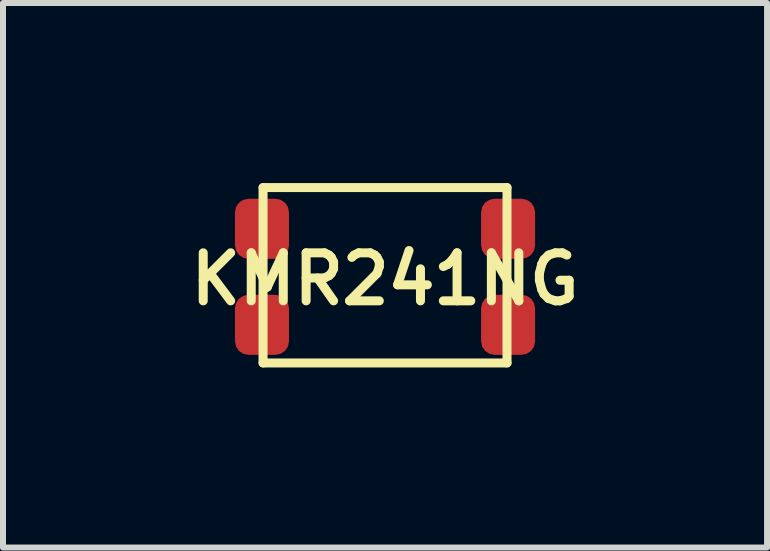
<source format=kicad_pcb>
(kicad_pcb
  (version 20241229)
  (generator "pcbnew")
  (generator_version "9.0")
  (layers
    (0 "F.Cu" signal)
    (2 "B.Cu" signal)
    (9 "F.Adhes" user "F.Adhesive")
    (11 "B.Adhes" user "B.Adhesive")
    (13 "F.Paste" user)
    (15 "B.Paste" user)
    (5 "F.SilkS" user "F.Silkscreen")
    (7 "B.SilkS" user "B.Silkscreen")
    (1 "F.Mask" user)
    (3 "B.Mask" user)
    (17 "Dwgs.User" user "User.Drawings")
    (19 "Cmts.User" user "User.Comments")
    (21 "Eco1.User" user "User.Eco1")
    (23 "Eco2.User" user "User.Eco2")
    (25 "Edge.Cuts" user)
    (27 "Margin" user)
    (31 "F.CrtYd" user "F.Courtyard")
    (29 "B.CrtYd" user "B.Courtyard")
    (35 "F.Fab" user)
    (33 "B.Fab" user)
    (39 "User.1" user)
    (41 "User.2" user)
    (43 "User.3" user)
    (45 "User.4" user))
  (footprint "KMR241NG"
    (layer "F.Cu")
    (at 3.364 2.361)
    (property "Reference" "KMR241NG" (at 0 -0.762 0) (layer "F.SilkS") (effects (font (size 0.8 0.8) (thickness 0.15))))
    (attr through_hole)
    (fp_line (start -2.032 -2.286) (end 2.032 -2.286) (stroke (width 0.15) (type solid)) (layer "F.SilkS"))
    (fp_line (start -2.032 0.635) (end -2.032 -2.286) (stroke (width 0.15) (type solid)) (layer "F.SilkS"))
    (fp_line (start 2.032 -2.286) (end 2.032 0.635) (stroke (width 0.15) (type solid)) (layer "F.SilkS"))
    (fp_line (start 2.032 0.635) (end -2.032 0.635) (stroke (width 0.15) (type solid)) (layer "F.SilkS"))
    (pad "1" smd roundrect (at -2.05 0) (size 0.9 1) (layers "F.Cu" "F.Mask" "F.Paste") (roundrect_rratio 0.25))
    (pad "1" smd roundrect (at 2.05 0) (size 0.9 1) (layers "F.Cu" "F.Mask" "F.Paste") (roundrect_rratio 0.25))
    (pad "2" smd roundrect (at -2.05 -1.6) (size 0.9 1) (layers "F.Cu" "F.Mask" "F.Paste") (roundrect_rratio 0.25))
    (pad "2" smd roundrect (at 2.05 -1.6) (size 0.9 1) (layers "F.Cu" "F.Mask" "F.Paste") (roundrect_rratio 0.25)))
  (gr_rect
    (start -3 -3)
    (end 9.728 6.071)
    (stroke (width 0.1) (type default))
    (fill no)
    (layer "Edge.Cuts")))
</source>
